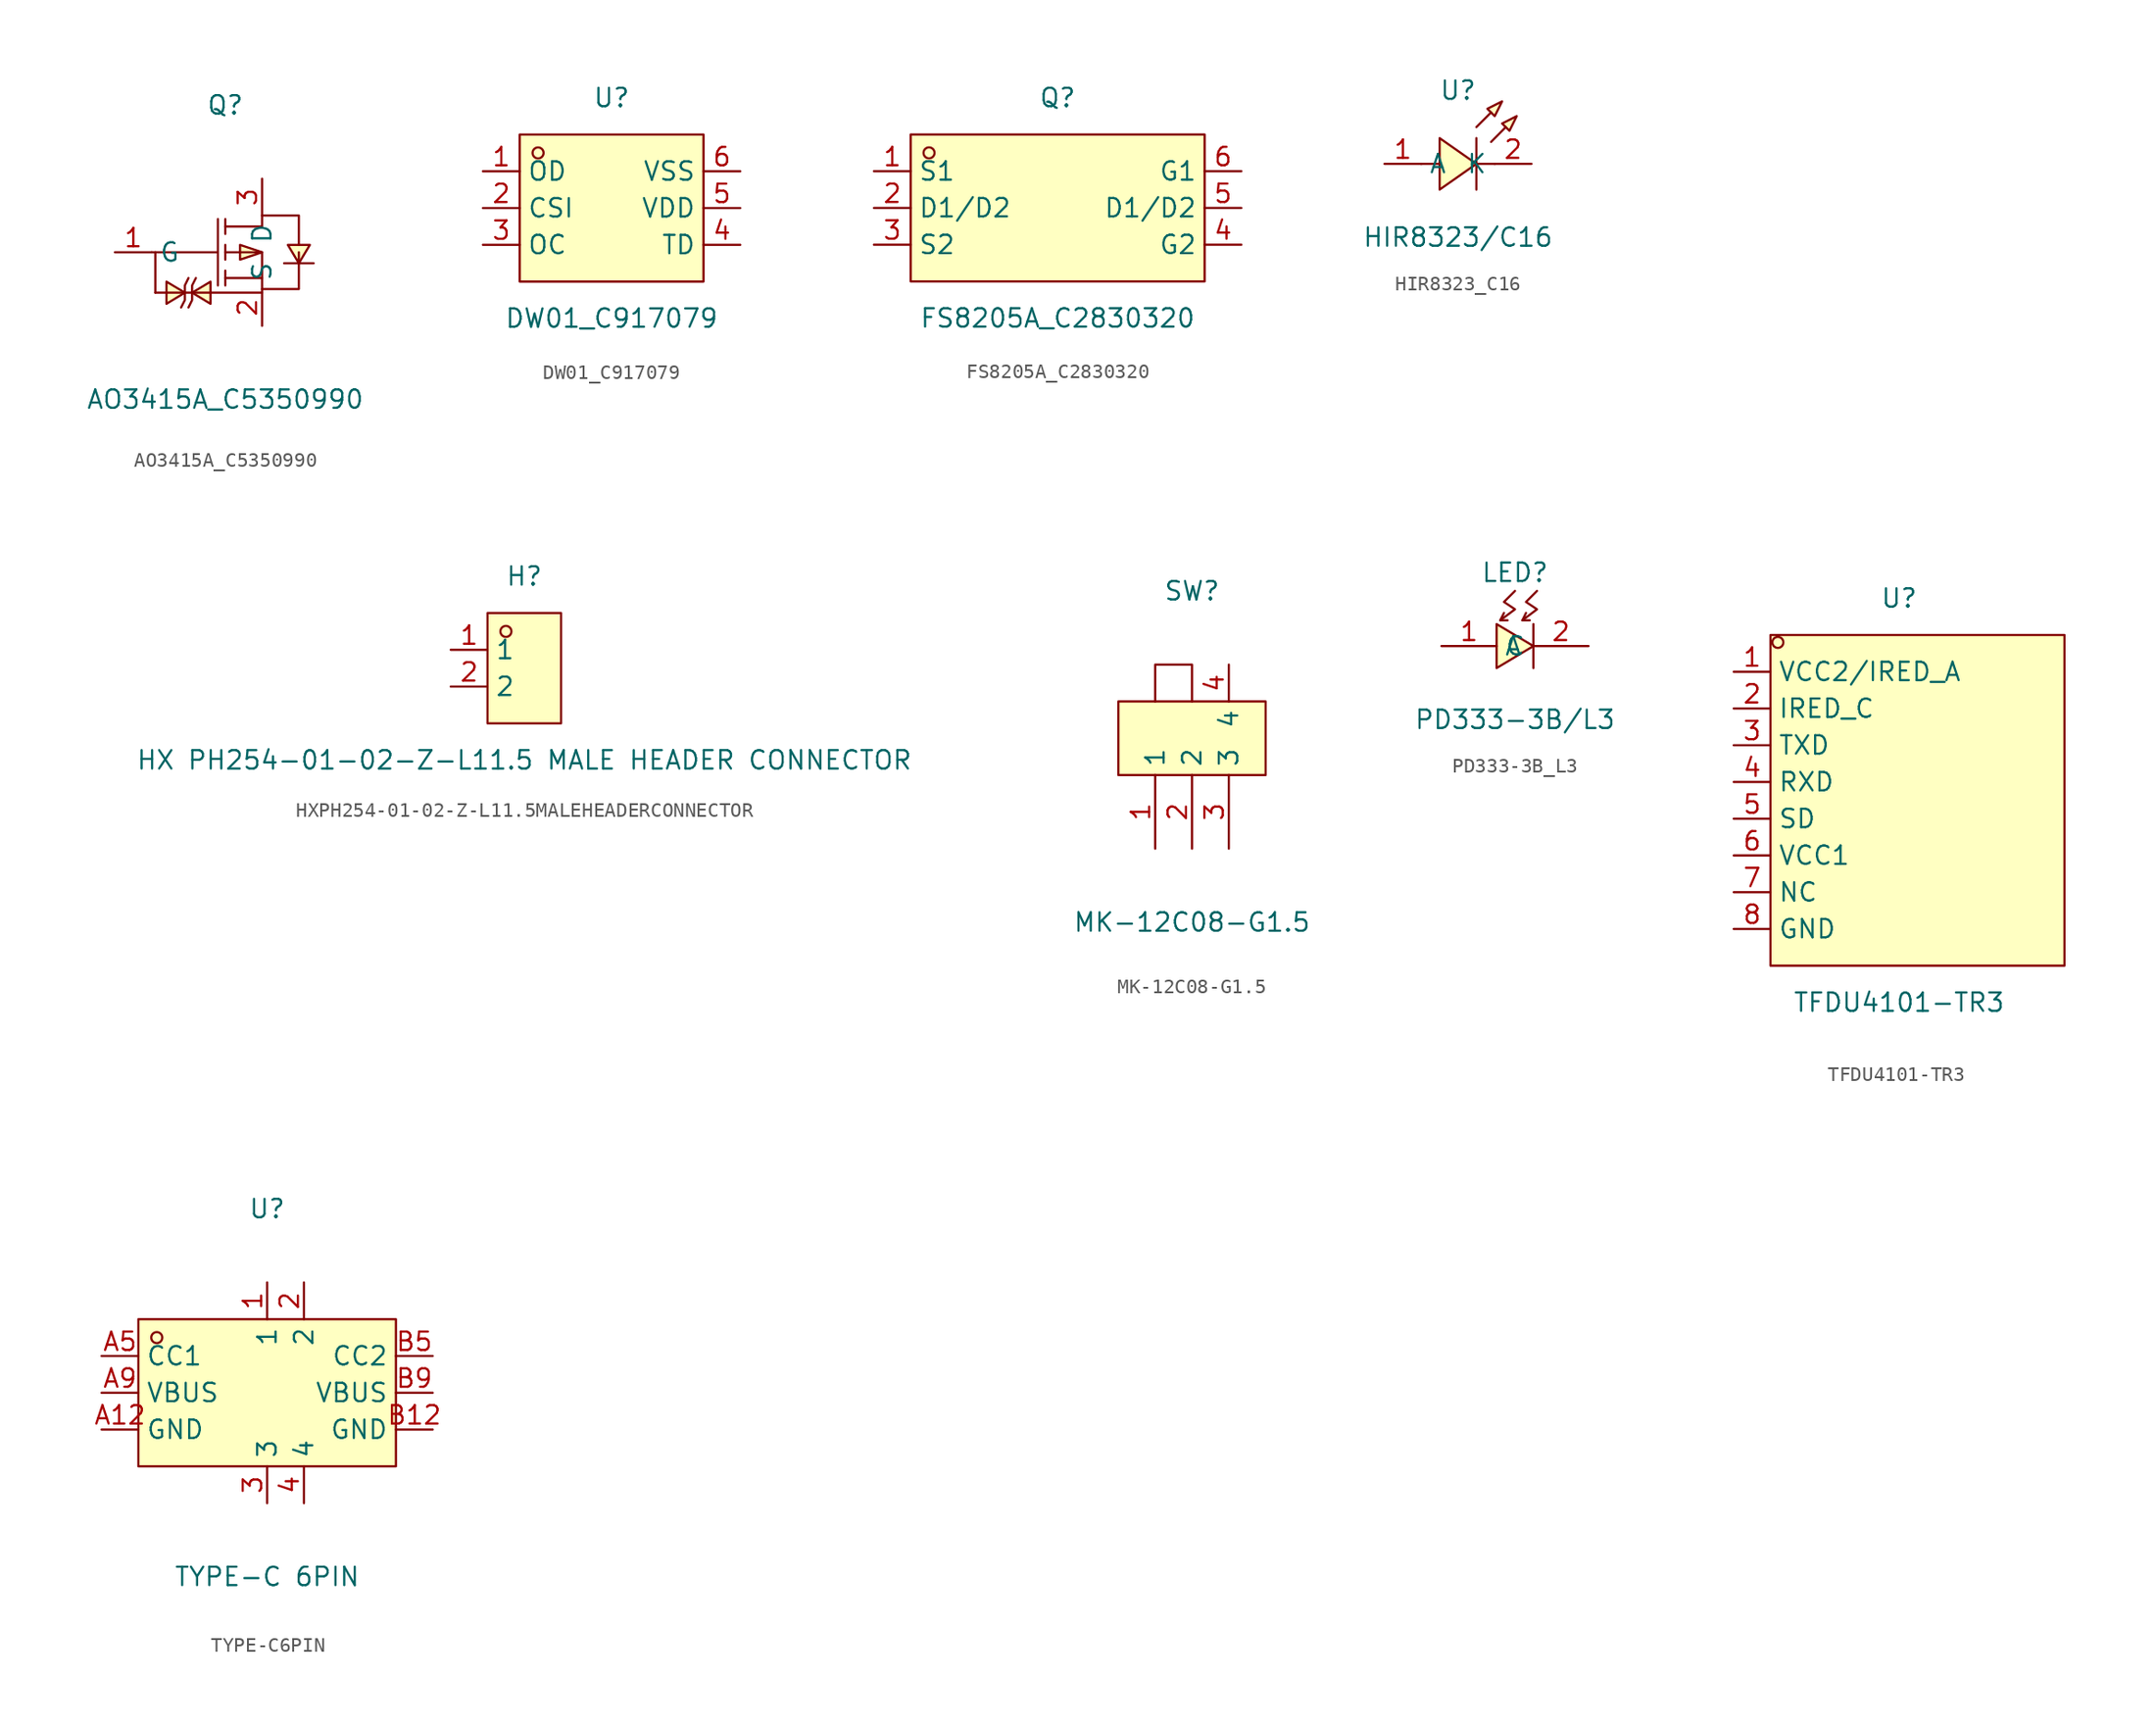
<source format=kicad_sym>
(kicad_symbol_lib
  (version 20211014)
  (generator https://github.com/uPesy/easyeda2kicad.py)
  (symbol "AO3415A_C5350990"
    (property "Reference" "Q"
      (at 0 10.16 0)
      (effects (font (size 1.27 1.27))))
    (property "Value" "AO3415A_C5350990"
      (at 0 -10.16 0)
      (effects (font (size 1.27 1.27))))
    (symbol "AO3415A_C5350990_0_1"
      (polyline (pts (xy -2.54 -3.81) (xy -2.29 -3.30) (xy -2.29 -2.29) (xy -2.03 -1.78)) (stroke (width 0) (type default) (color 0 0 0 0)) (fill (type none)))
      (polyline (pts (xy -4.83 -2.79) (xy 2.54 -2.79)) (stroke (width 0) (type default) (color 0 0 0 0)) (fill (type none)))
      (polyline (pts (xy -4.83 -2.79) (xy -4.83 -0.00)) (stroke (width 0) (type default) (color 0 0 0 0)) (fill (type none)))
      (polyline (pts (xy -3.05 -3.81) (xy -2.79 -3.30) (xy -2.79 -2.29) (xy -2.54 -1.78)) (stroke (width 0) (type default) (color 0 0 0 0)) (fill (type none)))
      (polyline (pts (xy 4.06 -0.76) (xy 4.57 -0.76) (xy 5.59 -0.76) (xy 6.10 -0.76)) (stroke (width 0) (type default) (color 0 0 0 0)) (fill (type none)))
      (polyline (pts (xy -5.08 -0.00) (xy -0.51 -0.00)) (stroke (width 0) (type default) (color 0 0 0 0)) (fill (type none)))
      (polyline (pts (xy 0.00 -2.29) (xy 0.00 -1.27)) (stroke (width 0) (type default) (color 0 0 0 0)) (fill (type none)))
      (polyline (pts (xy 0.00 -0.51) (xy 0.00 0.51)) (stroke (width 0) (type default) (color 0 0 0 0)) (fill (type none)))
      (polyline (pts (xy 0.00 2.29) (xy 0.00 1.27)) (stroke (width 0) (type default) (color 0 0 0 0)) (fill (type none)))
      (polyline (pts (xy -0.51 2.29) (xy -0.51 -2.29)) (stroke (width 0) (type default) (color 0 0 0 0)) (fill (type none)))
      (polyline (pts (xy 2.54 -1.78) (xy 0.00 -1.78)) (stroke (width 0) (type default) (color 0 0 0 0)) (fill (type none)))
      (polyline (pts (xy 0.00 -0.00) (xy 2.54 -0.00) (xy 2.54 -2.54) (xy 5.08 -2.54) (xy 5.08 -0.00)) (stroke (width 0) (type default) (color 0 0 0 0)) (fill (type none)))
      (polyline (pts (xy 0.00 1.78) (xy 2.54 1.78) (xy 2.54 2.54) (xy 5.08 2.54) (xy 5.08 0.51)) (stroke (width 0) (type default) (color 0 0 0 0)) (fill (type none)))
      (polyline (pts (xy -2.79 -2.79) (xy -4.06 -2.03) (xy -4.06 -3.56) (xy -2.79 -2.79)) (stroke (width 0) (type default) (color 0 0 0 0)) (fill (type background)))
      (polyline (pts (xy -2.29 -2.79) (xy -1.02 -3.56) (xy -1.02 -2.03) (xy -2.29 -2.79)) (stroke (width 0) (type default) (color 0 0 0 0)) (fill (type background)))
      (polyline (pts (xy 5.08 -0.76) (xy 5.84 0.51) (xy 4.32 0.51) (xy 5.08 -0.76)) (stroke (width 0) (type default) (color 0 0 0 0)) (fill (type background)))
      (polyline (pts (xy 2.54 -0.00) (xy 1.02 0.51) (xy 1.02 -0.51) (xy 2.54 -0.00)) (stroke (width 0) (type default) (color 0 0 0 0)) (fill (type background)))
      (pin unspecified line (at 2.54 -5.08 90) (length 2.54) (name "S" (effects (font (size 1.27 1.27)))) (number "2" (effects (font (size 1.27 1.27)))))
      (pin unspecified line (at -7.62 -0.00 0) (length 2.54) (name "G" (effects (font (size 1.27 1.27)))) (number "1" (effects (font (size 1.27 1.27)))))
      (pin unspecified line (at 2.54 5.08 270) (length 2.54) (name "D" (effects (font (size 1.27 1.27)))) (number "3" (effects (font (size 1.27 1.27)))))))
  (symbol "DW01_C917079"
    (property "Reference" "U"
      (at 0 7.62 0)
      (effects (font (size 1.27 1.27))))
    (property "Value" "DW01_C917079"
      (at 0 -7.62 0)
      (effects (font (size 1.27 1.27))))
    (symbol "DW01_C917079_0_1"
      (rectangle (start -6.35 5.08) (end 6.35 -5.08) (stroke (width 0) (type default) (color 0 0 0 0)) (fill (type background)))
      (circle (center -5.08 3.81) (radius 0.38) (stroke (width 0) (type default) (color 0 0 0 0)) (fill (type none)))
      (pin unspecified line (at -8.89 2.54 0) (length 2.54) (name "OD" (effects (font (size 1.27 1.27)))) (number "1" (effects (font (size 1.27 1.27)))))
      (pin unspecified line (at -8.89 -0.00 0) (length 2.54) (name "CSI" (effects (font (size 1.27 1.27)))) (number "2" (effects (font (size 1.27 1.27)))))
      (pin unspecified line (at -8.89 -2.54 0) (length 2.54) (name "OC" (effects (font (size 1.27 1.27)))) (number "3" (effects (font (size 1.27 1.27)))))
      (pin unspecified line (at 8.89 -2.54 180) (length 2.54) (name "TD" (effects (font (size 1.27 1.27)))) (number "4" (effects (font (size 1.27 1.27)))))
      (pin unspecified line (at 8.89 -0.00 180) (length 2.54) (name "VDD" (effects (font (size 1.27 1.27)))) (number "5" (effects (font (size 1.27 1.27)))))
      (pin unspecified line (at 8.89 2.54 180) (length 2.54) (name "VSS" (effects (font (size 1.27 1.27)))) (number "6" (effects (font (size 1.27 1.27)))))))
  (symbol "FS8205A_C2830320"
    (property "Reference" "Q"
      (at 0 7.62 0)
      (effects (font (size 1.27 1.27))))
    (property "Value" "FS8205A_C2830320"
      (at 0 -7.62 0)
      (effects (font (size 1.27 1.27))))
    (symbol "FS8205A_C2830320_0_1"
      (rectangle (start -10.16 5.08) (end 10.16 -5.08) (stroke (width 0) (type default) (color 0 0 0 0)) (fill (type background)))
      (circle (center -8.89 3.81) (radius 0.38) (stroke (width 0) (type default) (color 0 0 0 0)) (fill (type none)))
      (pin unspecified line (at -12.70 2.54 0) (length 2.54) (name "S1" (effects (font (size 1.27 1.27)))) (number "1" (effects (font (size 1.27 1.27)))))
      (pin unspecified line (at -12.70 -0.00 0) (length 2.54) (name "D1/D2" (effects (font (size 1.27 1.27)))) (number "2" (effects (font (size 1.27 1.27)))))
      (pin unspecified line (at -12.70 -2.54 0) (length 2.54) (name "S2" (effects (font (size 1.27 1.27)))) (number "3" (effects (font (size 1.27 1.27)))))
      (pin unspecified line (at 12.70 -2.54 180) (length 2.54) (name "G2" (effects (font (size 1.27 1.27)))) (number "4" (effects (font (size 1.27 1.27)))))
      (pin unspecified line (at 12.70 -0.00 180) (length 2.54) (name "D1/D2" (effects (font (size 1.27 1.27)))) (number "5" (effects (font (size 1.27 1.27)))))
      (pin unspecified line (at 12.70 2.54 180) (length 2.54) (name "G1" (effects (font (size 1.27 1.27)))) (number "6" (effects (font (size 1.27 1.27)))))))
  (symbol "HIR8323_C16"
    (property "Reference" "U"
      (at 0 5.08 0)
      (effects (font (size 1.27 1.27))))
    (property "Value" "HIR8323/C16"
      (at 0 -5.08 0)
      (effects (font (size 1.27 1.27))))
    (symbol "HIR8323_C16_0_1"
      (polyline (pts (xy -1.27 1.78) (xy 1.27 -0.00) (xy -1.27 -1.78) (xy -1.27 1.78)) (stroke (width 0) (type default) (color 0 0 0 0)) (fill (type background)))
      (polyline (pts (xy 3.05 4.32) (xy 2.03 3.81) (xy 2.54 3.30) (xy 3.05 4.32)) (stroke (width 0) (type default) (color 0 0 0 0)) (fill (type background)))
      (polyline (pts (xy 4.06 3.30) (xy 3.05 2.79) (xy 3.56 2.29) (xy 4.06 3.30)) (stroke (width 0) (type default) (color 0 0 0 0)) (fill (type background)))
      (polyline (pts (xy 1.27 1.78) (xy 1.27 -1.78)) (stroke (width 0) (type default) (color 0 0 0 0)) (fill (type none)))
      (polyline (pts (xy -2.54 -0.00) (xy -1.27 -0.00)) (stroke (width 0) (type default) (color 0 0 0 0)) (fill (type none)))
      (polyline (pts (xy 1.27 -0.00) (xy 2.54 -0.00)) (stroke (width 0) (type default) (color 0 0 0 0)) (fill (type none)))
      (polyline (pts (xy 1.27 2.54) (xy 2.29 3.56) (xy 1.27 2.54)) (stroke (width 0) (type default) (color 0 0 0 0)) (fill (type background)))
      (polyline (pts (xy 2.29 1.52) (xy 3.30 2.54) (xy 2.29 1.52)) (stroke (width 0) (type default) (color 0 0 0 0)) (fill (type background)))
      (pin unspecified line (at -5.08 -0.00 0) (length 2.54) (name "A" (effects (font (size 1.27 1.27)))) (number "1" (effects (font (size 1.27 1.27)))))
      (pin unspecified line (at 5.08 -0.00 180) (length 2.54) (name "K" (effects (font (size 1.27 1.27)))) (number "2" (effects (font (size 1.27 1.27)))))))
  (symbol "HXPH254-01-02-Z-L11.5MALEHEADERCONNECTOR"
    (property "Reference" "H"
      (at 0 6.35 0)
      (effects (font (size 1.27 1.27))))
    (property "Value" "HX PH254-01-02-Z-L11.5 MALE HEADER CONNECTOR"
      (at 0 -6.35 0)
      (effects (font (size 1.27 1.27))))
    (symbol "HXPH254-01-02-Z-L11.5MALEHEADERCONNECTOR_0_1"
      (rectangle (start -2.54 3.81) (end 2.54 -3.81) (stroke (width 0) (type default) (color 0 0 0 0)) (fill (type background)))
      (circle (center -1.27 2.54) (radius 0.38) (stroke (width 0) (type default) (color 0 0 0 0)) (fill (type none)))
      (pin unspecified line (at -5.08 1.27 0) (length 2.54) (name "1" (effects (font (size 1.27 1.27)))) (number "1" (effects (font (size 1.27 1.27)))))
      (pin unspecified line (at -5.08 -1.27 0) (length 2.54) (name "2" (effects (font (size 1.27 1.27)))) (number "2" (effects (font (size 1.27 1.27)))))))
  (symbol "MK-12C08-G1.5"
    (property "Reference" "SW"
      (at 0 10.16 0)
      (effects (font (size 1.27 1.27))))
    (property "Value" "MK-12C08-G1.5"
      (at 0 -12.70 0)
      (effects (font (size 1.27 1.27))))
    (symbol "MK-12C08-G1.5_0_1"
      (rectangle (start -5.08 2.54) (end 5.08 -2.54) (stroke (width 0) (type default) (color 0 0 0 0)) (fill (type background)))
      (polyline (pts (xy -2.54 2.54) (xy -2.54 5.08) (xy 0.00 5.08) (xy 0.00 2.54)) (stroke (width 0) (type default) (color 0 0 0 0)) (fill (type none)))
      (pin unspecified line (at 2.54 5.08 270) (length 2.54) (name "4" (effects (font (size 1.27 1.27)))) (number "4" (effects (font (size 1.27 1.27)))))
      (pin unspecified line (at -2.54 -7.62 90) (length 5.08) (name "1" (effects (font (size 1.27 1.27)))) (number "1" (effects (font (size 1.27 1.27)))))
      (pin unspecified line (at 0.00 -7.62 90) (length 5.08) (name "2" (effects (font (size 1.27 1.27)))) (number "2" (effects (font (size 1.27 1.27)))))
      (pin unspecified line (at 2.54 -7.62 90) (length 5.08) (name "3" (effects (font (size 1.27 1.27)))) (number "3" (effects (font (size 1.27 1.27)))))))
  (symbol "PD333-3B_L3"
    (property "Reference" "LED"
      (at 0 5.08 0)
      (effects (font (size 1.27 1.27))))
    (property "Value" "PD333-3B/L3"
      (at 0 -5.08 0)
      (effects (font (size 1.27 1.27))))
    (symbol "PD333-3B_L3_0_1"
      (polyline (pts (xy 1.27 1.52) (xy 1.27 -1.52)) (stroke (width 0) (type default) (color 0 0 0 0)) (fill (type none)))
      (polyline (pts (xy 0.00 3.81) (xy -0.76 3.05) (xy 0.00 2.54) (xy -1.02 1.78) (xy -0.76 2.29)) (stroke (width 0) (type default) (color 0 0 0 0)) (fill (type none)))
      (polyline (pts (xy -1.02 1.78) (xy -0.51 1.78)) (stroke (width 0) (type default) (color 0 0 0 0)) (fill (type none)))
      (polyline (pts (xy 1.52 3.81) (xy 0.76 3.05) (xy 1.52 2.54) (xy 0.51 1.78) (xy 0.76 2.29)) (stroke (width 0) (type default) (color 0 0 0 0)) (fill (type none)))
      (polyline (pts (xy 0.51 1.78) (xy 1.02 1.78)) (stroke (width 0) (type default) (color 0 0 0 0)) (fill (type none)))
      (polyline (pts (xy -1.27 -1.52) (xy 1.27 -0.00) (xy -1.27 1.52) (xy -1.27 -1.52)) (stroke (width 0) (type default) (color 0 0 0 0)) (fill (type background)))
      (pin input line (at -5.08 -0.00 0) (length 3.81) (name "A" (effects (font (size 1.27 1.27)))) (number "1" (effects (font (size 1.27 1.27)))))
      (pin input line (at 5.08 -0.00 180) (length 3.81) (name "C" (effects (font (size 1.27 1.27)))) (number "2" (effects (font (size 1.27 1.27)))))))
  (symbol "TFDU4101-TR3"
    (property "Reference" "U"
      (at 0 13.97 0)
      (effects (font (size 1.27 1.27))))
    (property "Value" "TFDU4101-TR3"
      (at 0 -13.97 0)
      (effects (font (size 1.27 1.27))))
    (symbol "TFDU4101-TR3_0_1"
      (rectangle (start -8.89 11.43) (end 11.43 -11.43) (stroke (width 0) (type default) (color 0 0 0 0)) (fill (type background)))
      (circle (center -8.38 10.92) (radius 0.38) (stroke (width 0) (type default) (color 0 0 0 0)) (fill (type none)))
      (pin unspecified line (at -11.43 8.89 0) (length 2.54) (name "VCC2/IRED_A" (effects (font (size 1.27 1.27)))) (number "1" (effects (font (size 1.27 1.27)))))
      (pin unspecified line (at -11.43 6.35 0) (length 2.54) (name "IRED_C" (effects (font (size 1.27 1.27)))) (number "2" (effects (font (size 1.27 1.27)))))
      (pin unspecified line (at -11.43 3.81 0) (length 2.54) (name "TXD" (effects (font (size 1.27 1.27)))) (number "3" (effects (font (size 1.27 1.27)))))
      (pin unspecified line (at -11.43 1.27 0) (length 2.54) (name "RXD" (effects (font (size 1.27 1.27)))) (number "4" (effects (font (size 1.27 1.27)))))
      (pin unspecified line (at -11.43 -1.27 0) (length 2.54) (name "SD" (effects (font (size 1.27 1.27)))) (number "5" (effects (font (size 1.27 1.27)))))
      (pin unspecified line (at -11.43 -3.81 0) (length 2.54) (name "VCC1" (effects (font (size 1.27 1.27)))) (number "6" (effects (font (size 1.27 1.27)))))
      (pin unspecified line (at -11.43 -6.35 0) (length 2.54) (name "NC" (effects (font (size 1.27 1.27)))) (number "7" (effects (font (size 1.27 1.27)))))
      (pin unspecified line (at -11.43 -8.89 0) (length 2.54) (name "GND" (effects (font (size 1.27 1.27)))) (number "8" (effects (font (size 1.27 1.27)))))))
  (symbol "TYPE-C6PIN"
    (property "Reference" "U"
      (at 0 12.70 0)
      (effects (font (size 1.27 1.27))))
    (property "Value" "TYPE-C 6PIN"
      (at 0 -12.70 0)
      (effects (font (size 1.27 1.27))))
    (symbol "TYPE-C6PIN_0_1"
      (rectangle (start -8.89 5.08) (end 8.89 -5.08) (stroke (width 0) (type default) (color 0 0 0 0)) (fill (type background)))
      (circle (center -7.62 3.81) (radius 0.38) (stroke (width 0) (type default) (color 0 0 0 0)) (fill (type none)))
      (pin unspecified line (at -11.43 2.54 0) (length 2.54) (name "CC1" (effects (font (size 1.27 1.27)))) (number "A5" (effects (font (size 1.27 1.27)))))
      (pin unspecified line (at -11.43 -0.00 0) (length 2.54) (name "VBUS" (effects (font (size 1.27 1.27)))) (number "A9" (effects (font (size 1.27 1.27)))))
      (pin unspecified line (at -11.43 -2.54 0) (length 2.54) (name "GND" (effects (font (size 1.27 1.27)))) (number "A12" (effects (font (size 1.27 1.27)))))
      (pin unspecified line (at 11.43 -2.54 180) (length 2.54) (name "GND" (effects (font (size 1.27 1.27)))) (number "B12" (effects (font (size 1.27 1.27)))))
      (pin unspecified line (at 11.43 -0.00 180) (length 2.54) (name "VBUS" (effects (font (size 1.27 1.27)))) (number "B9" (effects (font (size 1.27 1.27)))))
      (pin unspecified line (at 11.43 2.54 180) (length 2.54) (name "CC2" (effects (font (size 1.27 1.27)))) (number "B5" (effects (font (size 1.27 1.27)))))
      (pin unspecified line (at 0.00 7.62 270) (length 2.54) (name "1" (effects (font (size 1.27 1.27)))) (number "1" (effects (font (size 1.27 1.27)))))
      (pin unspecified line (at 2.54 7.62 270) (length 2.54) (name "2" (effects (font (size 1.27 1.27)))) (number "2" (effects (font (size 1.27 1.27)))))
      (pin unspecified line (at 0.00 -7.62 90) (length 2.54) (name "3" (effects (font (size 1.27 1.27)))) (number "3" (effects (font (size 1.27 1.27)))))
      (pin unspecified line (at 2.54 -7.62 90) (length 2.54) (name "4" (effects (font (size 1.27 1.27)))) (number "4" (effects (font (size 1.27 1.27))))))))
</source>
